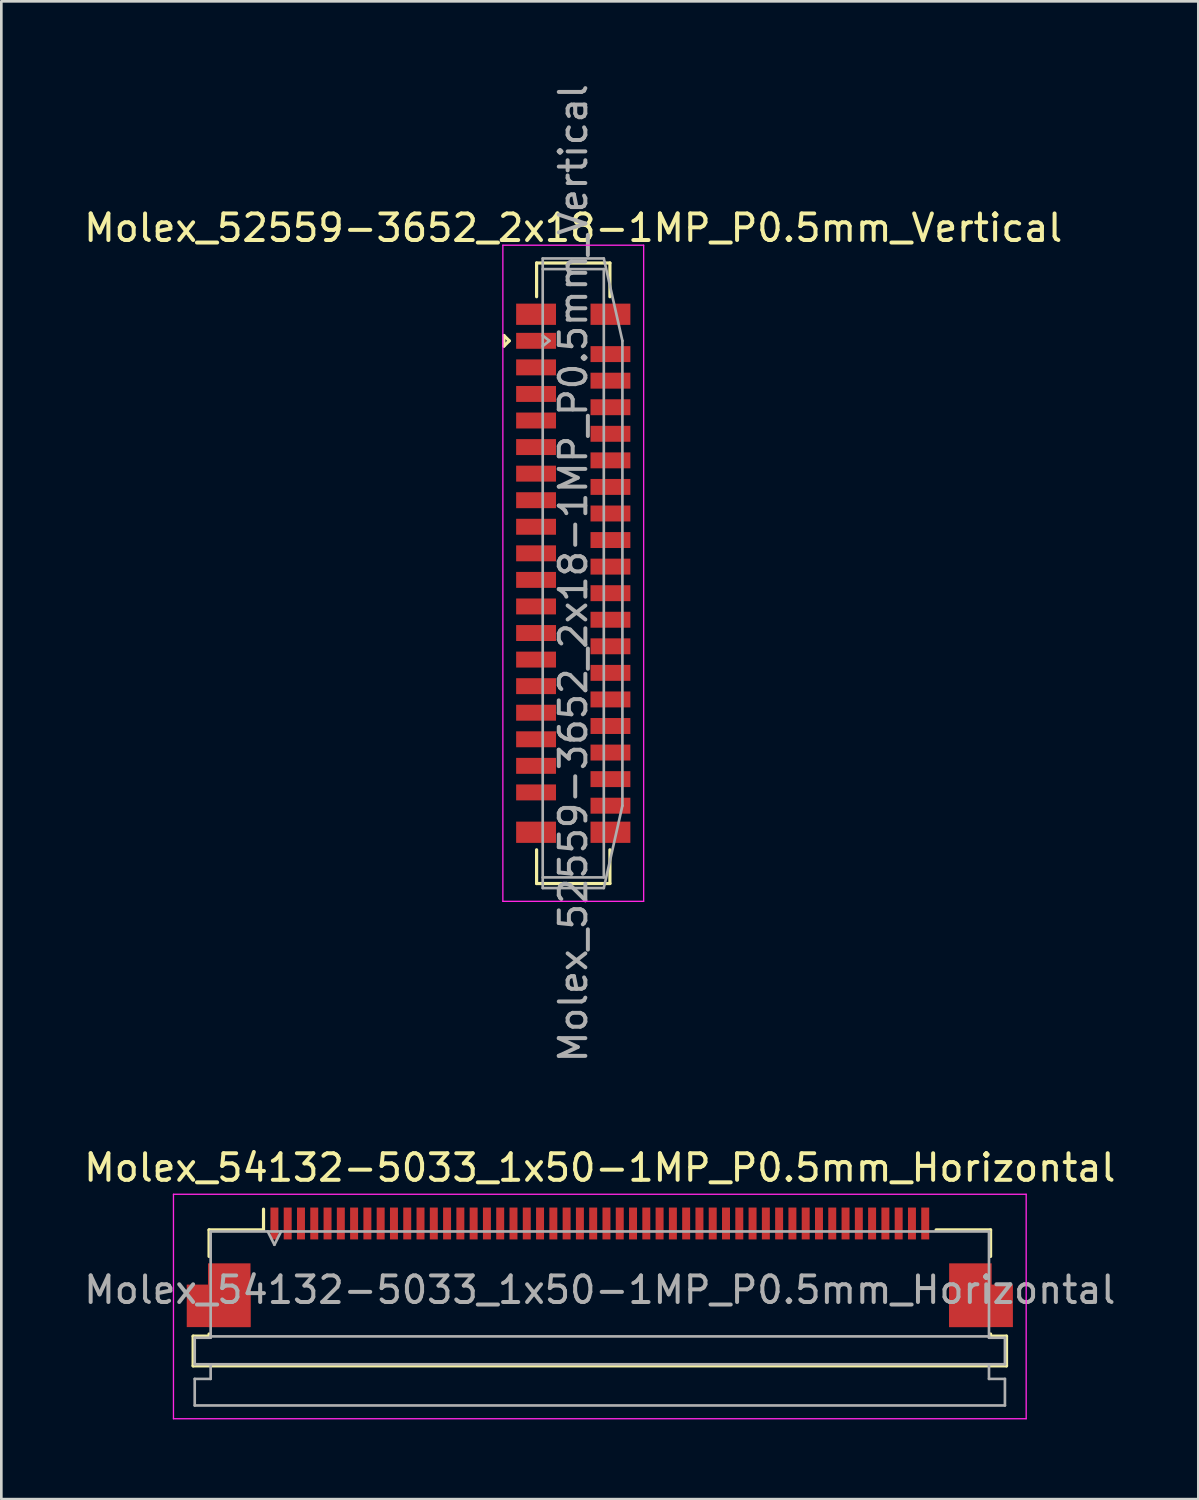
<source format=kicad_pcb>
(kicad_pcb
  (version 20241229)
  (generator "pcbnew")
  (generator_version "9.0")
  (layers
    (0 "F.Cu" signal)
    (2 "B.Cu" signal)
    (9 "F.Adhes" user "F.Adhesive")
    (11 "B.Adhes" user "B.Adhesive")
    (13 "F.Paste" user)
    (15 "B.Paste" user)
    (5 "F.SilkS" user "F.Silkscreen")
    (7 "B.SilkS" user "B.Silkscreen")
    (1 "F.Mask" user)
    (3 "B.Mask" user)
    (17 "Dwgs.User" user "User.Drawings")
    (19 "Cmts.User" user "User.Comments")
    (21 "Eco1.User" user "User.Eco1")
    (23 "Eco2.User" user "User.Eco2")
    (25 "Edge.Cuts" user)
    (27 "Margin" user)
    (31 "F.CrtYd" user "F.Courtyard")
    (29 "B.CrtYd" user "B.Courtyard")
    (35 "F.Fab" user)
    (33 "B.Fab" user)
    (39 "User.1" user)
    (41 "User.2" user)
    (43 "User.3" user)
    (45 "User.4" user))
  (footprint "Molex_54132-5033_1x50-1MP_P0.5mm_Horizontal"
    (layer "F.Cu")
    (at 19.53 44.658)
    (property "Reference" "Molex_54132-5033_1x50-1MP_P0.5mm_Horizontal" (at 0 -3.75 0) (layer "F.SilkS") (effects (font (size 1 1) (thickness 0.15))))
    (attr smd)
    (fp_line (start -15.31 2.59) (end -15.31 3.71) (stroke (width 0.12) (type solid)) (layer "F.SilkS"))
    (fp_line (start -15.31 2.59) (end -14.71 2.59) (stroke (width 0.12) (type solid)) (layer "F.SilkS"))
    (fp_line (start -14.71 -1.41) (end -14.71 -0.41) (stroke (width 0.12) (type solid)) (layer "F.SilkS"))
    (fp_line (start -14.71 2.59) (end -14.71 2.51) (stroke (width 0.12) (type solid)) (layer "F.SilkS"))
    (fp_line (start -12.66 -1.41) (end -14.71 -1.41) (stroke (width 0.12) (type solid)) (layer "F.SilkS"))
    (fp_line (start -12.66 -1.41) (end -12.66 -2.19) (stroke (width 0.12) (type solid)) (layer "F.SilkS"))
    (fp_line (start 14.71 -1.41) (end 12.66 -1.41) (stroke (width 0.12) (type solid)) (layer "F.SilkS"))
    (fp_line (start 14.71 -1.41) (end 14.71 -0.41) (stroke (width 0.12) (type solid)) (layer "F.SilkS"))
    (fp_line (start 14.71 2.59) (end 14.71 2.51) (stroke (width 0.12) (type solid)) (layer "F.SilkS"))
    (fp_line (start 14.71 2.59) (end 15.31 2.59) (stroke (width 0.12) (type solid)) (layer "F.SilkS"))
    (fp_line (start 15.31 2.59) (end 15.31 3.71) (stroke (width 0.12) (type solid)) (layer "F.SilkS"))
    (fp_line (start 15.31 3.71) (end -15.31 3.71) (stroke (width 0.12) (type solid)) (layer "F.SilkS"))
    (fp_line (start -16.05 -2.75) (end -16.05 5.7) (stroke (width 0.05) (type solid)) (layer "F.CrtYd"))
    (fp_line (start -16.05 -2.75) (end 16.05 -2.75) (stroke (width 0.05) (type solid)) (layer "F.CrtYd"))
    (fp_line (start 16.05 5.7) (end -16.05 5.7) (stroke (width 0.05) (type solid)) (layer "F.CrtYd"))
    (fp_line (start 16.05 5.7) (end 16.05 -2.75) (stroke (width 0.05) (type solid)) (layer "F.CrtYd"))
    (fp_line (start -15.25 2.65) (end -15.25 3.65) (stroke (width 0.1) (type solid)) (layer "F.Fab"))
    (fp_line (start -15.25 2.65) (end -14.65 2.65) (stroke (width 0.1) (type solid)) (layer "F.Fab"))
    (fp_line (start -15.25 3.65) (end 15.25 3.65) (stroke (width 0.1) (type solid)) (layer "F.Fab"))
    (fp_line (start -15.25 4.2) (end -15.25 5.2) (stroke (width 0.1) (type solid)) (layer "F.Fab"))
    (fp_line (start -15.25 4.2) (end -14.65 4.2) (stroke (width 0.1) (type solid)) (layer "F.Fab"))
    (fp_line (start -15.25 5.2) (end 15.25 5.2) (stroke (width 0.1) (type solid)) (layer "F.Fab"))
    (fp_line (start -14.65 -1.35) (end -14.65 2.6) (stroke (width 0.1) (type solid)) (layer "F.Fab"))
    (fp_line (start -14.65 -1.35) (end 14.65 -1.35) (stroke (width 0.1) (type solid)) (layer "F.Fab"))
    (fp_line (start -14.65 2.6) (end -14.65 2.65) (stroke (width 0.1) (type solid)) (layer "F.Fab"))
    (fp_line (start -14.65 2.6) (end 14.65 2.6) (stroke (width 0.1) (type solid)) (layer "F.Fab"))
    (fp_line (start -14.65 3.65) (end -14.65 4.2) (stroke (width 0.1) (type solid)) (layer "F.Fab"))
    (fp_line (start -12.5 -1.35) (end -12.25 -0.85) (stroke (width 0.1) (type solid)) (layer "F.Fab"))
    (fp_line (start -12.25 -0.85) (end -12 -1.35) (stroke (width 0.1) (type solid)) (layer "F.Fab"))
    (fp_line (start 14.65 -1.35) (end 14.65 2.6) (stroke (width 0.1) (type solid)) (layer "F.Fab"))
    (fp_line (start 14.65 2.6) (end 14.65 2.65) (stroke (width 0.1) (type solid)) (layer "F.Fab"))
    (fp_line (start 14.65 2.65) (end 15.25 2.65) (stroke (width 0.1) (type solid)) (layer "F.Fab"))
    (fp_line (start 14.65 3.65) (end 14.65 4.2) (stroke (width 0.1) (type solid)) (layer "F.Fab"))
    (fp_line (start 14.65 4.2) (end 15.25 4.2) (stroke (width 0.1) (type solid)) (layer "F.Fab"))
    (fp_line (start 15.25 2.65) (end 15.25 3.65) (stroke (width 0.1) (type solid)) (layer "F.Fab"))
    (fp_line (start 15.25 4.2) (end 15.25 5.2) (stroke (width 0.1) (type solid)) (layer "F.Fab"))
    (fp_text user "${REFERENCE}" (at 0 0.85 0) (layer "F.Fab") (effects (font (size 1 1) (thickness 0.15))))
    (pad "1" smd rect (at -12.25 -1.65) (size 0.3 1.2) (layers "F.Cu" "F.Mask" "F.Paste"))
    (pad "2" smd rect (at -11.75 -1.65) (size 0.3 1.2) (layers "F.Cu" "F.Mask" "F.Paste"))
    (pad "3" smd rect (at -11.25 -1.65) (size 0.3 1.2) (layers "F.Cu" "F.Mask" "F.Paste"))
    (pad "4" smd rect (at -10.75 -1.65) (size 0.3 1.2) (layers "F.Cu" "F.Mask" "F.Paste"))
    (pad "5" smd rect (at -10.25 -1.65) (size 0.3 1.2) (layers "F.Cu" "F.Mask" "F.Paste"))
    (pad "6" smd rect (at -9.75 -1.65) (size 0.3 1.2) (layers "F.Cu" "F.Mask" "F.Paste"))
    (pad "7" smd rect (at -9.25 -1.65) (size 0.3 1.2) (layers "F.Cu" "F.Mask" "F.Paste"))
    (pad "8" smd rect (at -8.75 -1.65) (size 0.3 1.2) (layers "F.Cu" "F.Mask" "F.Paste"))
    (pad "9" smd rect (at -8.25 -1.65) (size 0.3 1.2) (layers "F.Cu" "F.Mask" "F.Paste"))
    (pad "10" smd rect (at -7.75 -1.65) (size 0.3 1.2) (layers "F.Cu" "F.Mask" "F.Paste"))
    (pad "11" smd rect (at -7.25 -1.65) (size 0.3 1.2) (layers "F.Cu" "F.Mask" "F.Paste"))
    (pad "12" smd rect (at -6.75 -1.65) (size 0.3 1.2) (layers "F.Cu" "F.Mask" "F.Paste"))
    (pad "13" smd rect (at -6.25 -1.65) (size 0.3 1.2) (layers "F.Cu" "F.Mask" "F.Paste"))
    (pad "14" smd rect (at -5.75 -1.65) (size 0.3 1.2) (layers "F.Cu" "F.Mask" "F.Paste"))
    (pad "15" smd rect (at -5.25 -1.65) (size 0.3 1.2) (layers "F.Cu" "F.Mask" "F.Paste"))
    (pad "16" smd rect (at -4.75 -1.65) (size 0.3 1.2) (layers "F.Cu" "F.Mask" "F.Paste"))
    (pad "17" smd rect (at -4.25 -1.65) (size 0.3 1.2) (layers "F.Cu" "F.Mask" "F.Paste"))
    (pad "18" smd rect (at -3.75 -1.65) (size 0.3 1.2) (layers "F.Cu" "F.Mask" "F.Paste"))
    (pad "19" smd rect (at -3.25 -1.65) (size 0.3 1.2) (layers "F.Cu" "F.Mask" "F.Paste"))
    (pad "20" smd rect (at -2.75 -1.65) (size 0.3 1.2) (layers "F.Cu" "F.Mask" "F.Paste"))
    (pad "21" smd rect (at -2.25 -1.65) (size 0.3 1.2) (layers "F.Cu" "F.Mask" "F.Paste"))
    (pad "22" smd rect (at -1.75 -1.65) (size 0.3 1.2) (layers "F.Cu" "F.Mask" "F.Paste"))
    (pad "23" smd rect (at -1.25 -1.65) (size 0.3 1.2) (layers "F.Cu" "F.Mask" "F.Paste"))
    (pad "24" smd rect (at -0.75 -1.65) (size 0.3 1.2) (layers "F.Cu" "F.Mask" "F.Paste"))
    (pad "25" smd rect (at -0.25 -1.65) (size 0.3 1.2) (layers "F.Cu" "F.Mask" "F.Paste"))
    (pad "26" smd rect (at 0.25 -1.65) (size 0.3 1.2) (layers "F.Cu" "F.Mask" "F.Paste"))
    (pad "27" smd rect (at 0.75 -1.65) (size 0.3 1.2) (layers "F.Cu" "F.Mask" "F.Paste"))
    (pad "28" smd rect (at 1.25 -1.65) (size 0.3 1.2) (layers "F.Cu" "F.Mask" "F.Paste"))
    (pad "29" smd rect (at 1.75 -1.65) (size 0.3 1.2) (layers "F.Cu" "F.Mask" "F.Paste"))
    (pad "30" smd rect (at 2.25 -1.65) (size 0.3 1.2) (layers "F.Cu" "F.Mask" "F.Paste"))
    (pad "31" smd rect (at 2.75 -1.65) (size 0.3 1.2) (layers "F.Cu" "F.Mask" "F.Paste"))
    (pad "32" smd rect (at 3.25 -1.65) (size 0.3 1.2) (layers "F.Cu" "F.Mask" "F.Paste"))
    (pad "33" smd rect (at 3.75 -1.65) (size 0.3 1.2) (layers "F.Cu" "F.Mask" "F.Paste"))
    (pad "34" smd rect (at 4.25 -1.65) (size 0.3 1.2) (layers "F.Cu" "F.Mask" "F.Paste"))
    (pad "35" smd rect (at 4.75 -1.65) (size 0.3 1.2) (layers "F.Cu" "F.Mask" "F.Paste"))
    (pad "36" smd rect (at 5.25 -1.65) (size 0.3 1.2) (layers "F.Cu" "F.Mask" "F.Paste"))
    (pad "37" smd rect (at 5.75 -1.65) (size 0.3 1.2) (layers "F.Cu" "F.Mask" "F.Paste"))
    (pad "38" smd rect (at 6.25 -1.65) (size 0.3 1.2) (layers "F.Cu" "F.Mask" "F.Paste"))
    (pad "39" smd rect (at 6.75 -1.65) (size 0.3 1.2) (layers "F.Cu" "F.Mask" "F.Paste"))
    (pad "40" smd rect (at 7.25 -1.65) (size 0.3 1.2) (layers "F.Cu" "F.Mask" "F.Paste"))
    (pad "41" smd rect (at 7.75 -1.65) (size 0.3 1.2) (layers "F.Cu" "F.Mask" "F.Paste"))
    (pad "42" smd rect (at 8.25 -1.65) (size 0.3 1.2) (layers "F.Cu" "F.Mask" "F.Paste"))
    (pad "43" smd rect (at 8.75 -1.65) (size 0.3 1.2) (layers "F.Cu" "F.Mask" "F.Paste"))
    (pad "44" smd rect (at 9.25 -1.65) (size 0.3 1.2) (layers "F.Cu" "F.Mask" "F.Paste"))
    (pad "45" smd rect (at 9.75 -1.65) (size 0.3 1.2) (layers "F.Cu" "F.Mask" "F.Paste"))
    (pad "46" smd rect (at 10.25 -1.65) (size 0.3 1.2) (layers "F.Cu" "F.Mask" "F.Paste"))
    (pad "47" smd rect (at 10.75 -1.65) (size 0.3 1.2) (layers "F.Cu" "F.Mask" "F.Paste"))
    (pad "48" smd rect (at 11.25 -1.65) (size 0.3 1.2) (layers "F.Cu" "F.Mask" "F.Paste"))
    (pad "49" smd rect (at 11.75 -1.65) (size 0.3 1.2) (layers "F.Cu" "F.Mask" "F.Paste"))
    (pad "50" smd rect (at 12.25 -1.65) (size 0.3 1.2) (layers "F.Cu" "F.Mask" "F.Paste"))
    (pad "MP" smd rect (at -14.35 1.45) (size 2.4 1.6) (layers "F.Cu" "F.Mask" "F.Paste"))
    (pad "MP" smd rect (at -13.95 1.05) (size 1.6 2.4) (layers "F.Cu" "F.Mask" "F.Paste"))
    (pad "MP" smd rect (at 13.95 1.05) (size 1.6 2.4) (layers "F.Cu" "F.Mask" "F.Paste"))
    (pad "MP" smd rect (at 14.35 1.45) (size 2.4 1.6) (layers "F.Cu" "F.Mask" "F.Paste")))
  (footprint "Molex_52559-3652_2x18-1MP_P0.5mm_Vertical"
    (layer "F.Cu")
    (at 18.53 18.53)
    (property "Reference" "Molex_52559-3652_2x18-1MP_P0.5mm_Vertical" (at 0 -13 0) (layer "F.SilkS") (effects (font (size 1 1) (thickness 0.15))))
    (attr smd)
    (fp_line (start -2.61 -8.55) (end -2.61 -8.95) (stroke (width 0.12) (type solid)) (layer "F.SilkS"))
    (fp_line (start -2.41 -8.75) (end -2.61 -8.95) (stroke (width 0.12) (type solid)) (layer "F.SilkS"))
    (fp_line (start -2.41 -8.75) (end -2.61 -8.55) (stroke (width 0.12) (type solid)) (layer "F.SilkS"))
    (fp_line (start -1.38 -11.68) (end -1.38 -10.41) (stroke (width 0.12) (type solid)) (layer "F.SilkS"))
    (fp_line (start -1.38 11.68) (end -1.38 10.41) (stroke (width 0.12) (type solid)) (layer "F.SilkS"))
    (fp_line (start 1.38 -11.68) (end -1.38 -11.68) (stroke (width 0.12) (type solid)) (layer "F.SilkS"))
    (fp_line (start 1.38 -10.41) (end 1.38 -11.68) (stroke (width 0.12) (type solid)) (layer "F.SilkS"))
    (fp_line (start 1.38 11.68) (end -1.38 11.68) (stroke (width 0.12) (type solid)) (layer "F.SilkS"))
    (fp_line (start 1.38 11.68) (end 1.38 10.41) (stroke (width 0.12) (type solid)) (layer "F.SilkS"))
    (fp_line (start -2.65 -12.35) (end 2.65 -12.35) (stroke (width 0.05) (type solid)) (layer "F.CrtYd"))
    (fp_line (start -2.65 12.35) (end -2.65 -12.35) (stroke (width 0.05) (type solid)) (layer "F.CrtYd"))
    (fp_line (start 2.65 -12.35) (end 2.65 12.35) (stroke (width 0.05) (type solid)) (layer "F.CrtYd"))
    (fp_line (start 2.65 12.35) (end -2.65 12.35) (stroke (width 0.05) (type solid)) (layer "F.CrtYd"))
    (fp_line (start -1.15 -11.85) (end 1.15 -11.85) (stroke (width 0.1) (type solid)) (layer "F.Fab"))
    (fp_line (start -1.15 -11.45) (end 1.15 -11.45) (stroke (width 0.1) (type solid)) (layer "F.Fab"))
    (fp_line (start -1.15 -8.95) (end -0.9 -8.75) (stroke (width 0.1) (type solid)) (layer "F.Fab"))
    (fp_line (start -1.15 11.85) (end -1.15 -11.85) (stroke (width 0.1) (type solid)) (layer "F.Fab"))
    (fp_line (start -0.9 -8.75) (end -1.15 -8.55) (stroke (width 0.1) (type solid)) (layer "F.Fab"))
    (fp_line (start 1.15 -11.85) (end 1.85 -8.75) (stroke (width 0.1) (type solid)) (layer "F.Fab"))
    (fp_line (start 1.15 -11.45) (end 1.15 11.45) (stroke (width 0.1) (type solid)) (layer "F.Fab"))
    (fp_line (start 1.15 11.45) (end -1.15 11.45) (stroke (width 0.1) (type solid)) (layer "F.Fab"))
    (fp_line (start 1.15 11.85) (end -1.15 11.85) (stroke (width 0.1) (type solid)) (layer "F.Fab"))
    (fp_line (start 1.85 -8.75) (end 1.85 8.75) (stroke (width 0.1) (type solid)) (layer "F.Fab"))
    (fp_line (start 1.85 8.75) (end 1.15 11.85) (stroke (width 0.1) (type solid)) (layer "F.Fab"))
    (fp_text user "${REFERENCE}" (at 0 0 270) (layer "F.Fab") (effects (font (size 1 1) (thickness 0.15))))
    (pad "1" smd rect (at -1.4 -8.75 270) (size 0.6 1.5) (layers "F.Cu" "F.Mask" "F.Paste"))
    (pad "2" smd rect (at 1.4 -8.25 270) (size 0.6 1.5) (layers "F.Cu" "F.Mask" "F.Paste"))
    (pad "3" smd rect (at -1.4 -7.75 270) (size 0.6 1.5) (layers "F.Cu" "F.Mask" "F.Paste"))
    (pad "4" smd rect (at 1.4 -7.25 270) (size 0.6 1.5) (layers "F.Cu" "F.Mask" "F.Paste"))
    (pad "5" smd rect (at -1.4 -6.75 270) (size 0.6 1.5) (layers "F.Cu" "F.Mask" "F.Paste"))
    (pad "6" smd rect (at 1.4 -6.25 270) (size 0.6 1.5) (layers "F.Cu" "F.Mask" "F.Paste"))
    (pad "7" smd rect (at -1.4 -5.75 270) (size 0.6 1.5) (layers "F.Cu" "F.Mask" "F.Paste"))
    (pad "8" smd rect (at 1.4 -5.25 270) (size 0.6 1.5) (layers "F.Cu" "F.Mask" "F.Paste"))
    (pad "9" smd rect (at -1.4 -4.75 270) (size 0.6 1.5) (layers "F.Cu" "F.Mask" "F.Paste"))
    (pad "10" smd rect (at 1.4 -4.25 270) (size 0.6 1.5) (layers "F.Cu" "F.Mask" "F.Paste"))
    (pad "11" smd rect (at -1.4 -3.75 270) (size 0.6 1.5) (layers "F.Cu" "F.Mask" "F.Paste"))
    (pad "12" smd rect (at 1.4 -3.25 270) (size 0.6 1.5) (layers "F.Cu" "F.Mask" "F.Paste"))
    (pad "13" smd rect (at -1.4 -2.75 270) (size 0.6 1.5) (layers "F.Cu" "F.Mask" "F.Paste"))
    (pad "14" smd rect (at 1.4 -2.25 270) (size 0.6 1.5) (layers "F.Cu" "F.Mask" "F.Paste"))
    (pad "15" smd rect (at -1.4 -1.75 270) (size 0.6 1.5) (layers "F.Cu" "F.Mask" "F.Paste"))
    (pad "16" smd rect (at 1.4 -1.25 270) (size 0.6 1.5) (layers "F.Cu" "F.Mask" "F.Paste"))
    (pad "17" smd rect (at -1.4 -0.75 270) (size 0.6 1.5) (layers "F.Cu" "F.Mask" "F.Paste"))
    (pad "18" smd rect (at 1.4 -0.25 270) (size 0.6 1.5) (layers "F.Cu" "F.Mask" "F.Paste"))
    (pad "19" smd rect (at -1.4 0.25 270) (size 0.6 1.5) (layers "F.Cu" "F.Mask" "F.Paste"))
    (pad "20" smd rect (at 1.4 0.75 270) (size 0.6 1.5) (layers "F.Cu" "F.Mask" "F.Paste"))
    (pad "21" smd rect (at -1.4 1.25 270) (size 0.6 1.5) (layers "F.Cu" "F.Mask" "F.Paste"))
    (pad "22" smd rect (at 1.4 1.75 270) (size 0.6 1.5) (layers "F.Cu" "F.Mask" "F.Paste"))
    (pad "23" smd rect (at -1.4 2.25 270) (size 0.6 1.5) (layers "F.Cu" "F.Mask" "F.Paste"))
    (pad "24" smd rect (at 1.4 2.75 270) (size 0.6 1.5) (layers "F.Cu" "F.Mask" "F.Paste"))
    (pad "25" smd rect (at -1.4 3.25 270) (size 0.6 1.5) (layers "F.Cu" "F.Mask" "F.Paste"))
    (pad "26" smd rect (at 1.4 3.75 270) (size 0.6 1.5) (layers "F.Cu" "F.Mask" "F.Paste"))
    (pad "27" smd rect (at -1.4 4.25 270) (size 0.6 1.5) (layers "F.Cu" "F.Mask" "F.Paste"))
    (pad "28" smd rect (at 1.4 4.75 270) (size 0.6 1.5) (layers "F.Cu" "F.Mask" "F.Paste"))
    (pad "29" smd rect (at -1.4 5.25 270) (size 0.6 1.5) (layers "F.Cu" "F.Mask" "F.Paste"))
    (pad "30" smd rect (at 1.4 5.75 270) (size 0.6 1.5) (layers "F.Cu" "F.Mask" "F.Paste"))
    (pad "31" smd rect (at -1.4 6.25 270) (size 0.6 1.5) (layers "F.Cu" "F.Mask" "F.Paste"))
    (pad "32" smd rect (at 1.4 6.75 270) (size 0.6 1.5) (layers "F.Cu" "F.Mask" "F.Paste"))
    (pad "33" smd rect (at -1.4 7.25 270) (size 0.6 1.5) (layers "F.Cu" "F.Mask" "F.Paste"))
    (pad "34" smd rect (at 1.4 7.75 270) (size 0.6 1.5) (layers "F.Cu" "F.Mask" "F.Paste"))
    (pad "35" smd rect (at -1.4 8.25 270) (size 0.6 1.5) (layers "F.Cu" "F.Mask" "F.Paste"))
    (pad "36" smd rect (at 1.4 8.75 270) (size 0.6 1.5) (layers "F.Cu" "F.Mask" "F.Paste"))
    (pad "MP" smd rect (at -1.4 -9.75 270) (size 0.8 1.5) (layers "F.Cu" "F.Mask" "F.Paste"))
    (pad "MP" smd rect (at -1.4 9.75 270) (size 0.8 1.5) (layers "F.Cu" "F.Mask" "F.Paste"))
    (pad "MP" smd rect (at 1.4 -9.75 270) (size 0.8 1.5) (layers "F.Cu" "F.Mask" "F.Paste"))
    (pad "MP" smd rect (at 1.4 9.75 270) (size 0.8 1.5) (layers "F.Cu" "F.Mask" "F.Paste")))
  (gr_rect
    (start -3 -3)
    (end 42.06 53.383)
    (stroke (width 0.1) (type default))
    (fill no)
    (layer "Edge.Cuts")))
</source>
